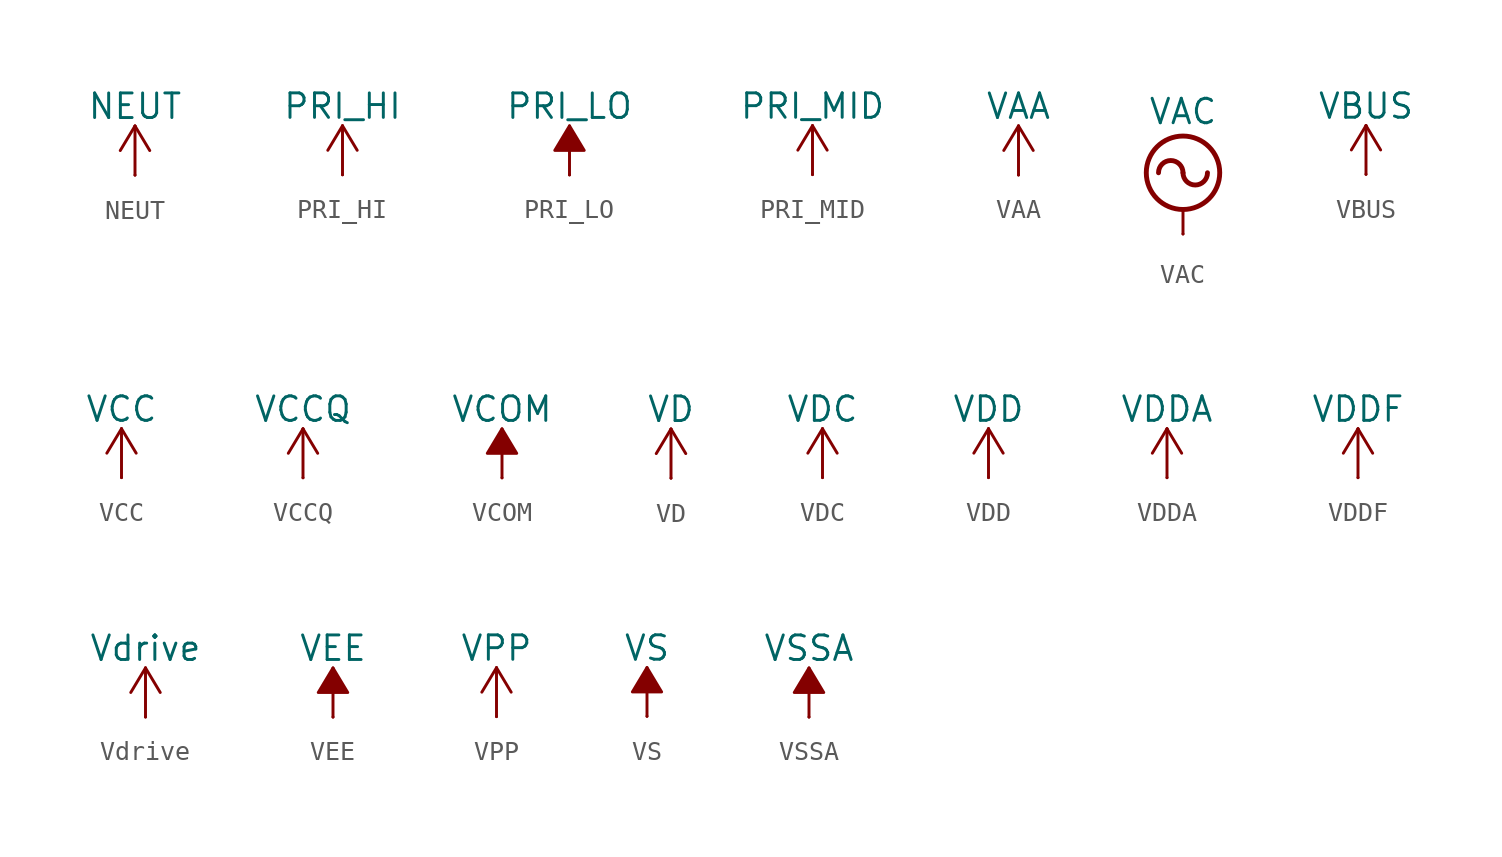
<source format=kicad_sym>
(kicad_symbol_lib
  (version 20231120)
  (generator "kicad_symbol_editor")
  (generator_version "8.0")
  (symbol "NEUT"
    (power)
    (pin_numbers hide)
    (pin_names
      (offset 0) hide)
    (property "Reference" "#PWR"
      (at 0 -3.81 0)
      (effects (font (size 1.27 1.27)) (hide yes)))
    (property "Value" "NEUT"
      (at 0 3.556 0)
      (effects (font (size 1.27 1.27))))
    (symbol "NEUT_0_1"
      (polyline (pts (xy -0.762 1.27) (xy 0 2.54)) (stroke (width 0) (type default)) (fill (type none)))
      (polyline (pts (xy 0 0) (xy 0 2.54)) (stroke (width 0) (type default)) (fill (type none)))
      (polyline (pts (xy 0 2.54) (xy 0.762 1.27)) (stroke (width 0) (type default)) (fill (type none))))
    (symbol "NEUT_1_1"
      (pin power_in line (at 0 0 90) (length 0) (name "~" (effects (font (size 1.27 1.27)))) (number "1" (effects (font (size 1.27 1.27)))))))
  (symbol "PRI_HI"
    (power)
    (pin_numbers hide)
    (pin_names
      (offset 0) hide)
    (property "Reference" "#PWR"
      (at 0 -3.81 0)
      (effects (font (size 1.27 1.27)) (hide yes)))
    (property "Value" "PRI_HI"
      (at 0 3.556 0)
      (effects (font (size 1.27 1.27))))
    (symbol "PRI_HI_0_1"
      (polyline (pts (xy -0.762 1.27) (xy 0 2.54)) (stroke (width 0) (type default)) (fill (type none)))
      (polyline (pts (xy 0 0) (xy 0 2.54)) (stroke (width 0) (type default)) (fill (type none)))
      (polyline (pts (xy 0 2.54) (xy 0.762 1.27)) (stroke (width 0) (type default)) (fill (type none))))
    (symbol "PRI_HI_1_1"
      (pin power_in line (at 0 0 90) (length 0) (name "~" (effects (font (size 1.27 1.27)))) (number "1" (effects (font (size 1.27 1.27)))))))
  (symbol "PRI_LO"
    (power)
    (pin_numbers hide)
    (pin_names
      (offset 0) hide)
    (property "Reference" "#PWR"
      (at 0 -3.81 0)
      (effects (font (size 1.27 1.27)) (hide yes)))
    (property "Value" "PRI_LO"
      (at 0 3.556 0)
      (effects (font (size 1.27 1.27))))
    (symbol "PRI_LO_0_1"
      (polyline (pts (xy 0 0) (xy 0 2.54)) (stroke (width 0) (type default)) (fill (type none)))
      (polyline (pts (xy 0.762 1.27) (xy -0.762 1.27) (xy 0 2.54) (xy 0.762 1.27)) (stroke (width 0) (type default)) (fill (type outline))))
    (symbol "PRI_LO_1_1"
      (pin power_in line (at 0 0 90) (length 0) (name "~" (effects (font (size 1.27 1.27)))) (number "1" (effects (font (size 1.27 1.27)))))))
  (symbol "PRI_MID"
    (power)
    (pin_numbers hide)
    (pin_names
      (offset 0) hide)
    (property "Reference" "#PWR"
      (at 0 -3.81 0)
      (effects (font (size 1.27 1.27)) (hide yes)))
    (property "Value" "PRI_MID"
      (at 0 3.556 0)
      (effects (font (size 1.27 1.27))))
    (symbol "PRI_MID_0_1"
      (polyline (pts (xy -0.762 1.27) (xy 0 2.54)) (stroke (width 0) (type default)) (fill (type none)))
      (polyline (pts (xy 0 0) (xy 0 2.54)) (stroke (width 0) (type default)) (fill (type none)))
      (polyline (pts (xy 0 2.54) (xy 0.762 1.27)) (stroke (width 0) (type default)) (fill (type none))))
    (symbol "PRI_MID_1_1"
      (pin power_in line (at 0 0 90) (length 0) (name "~" (effects (font (size 1.27 1.27)))) (number "1" (effects (font (size 1.27 1.27)))))))
  (symbol "VAA"
    (power)
    (pin_numbers hide)
    (pin_names
      (offset 0) hide)
    (property "Reference" "#PWR"
      (at 0 -3.81 0)
      (effects (font (size 1.27 1.27)) (hide yes)))
    (property "Value" "VAA"
      (at 0 3.556 0)
      (effects (font (size 1.27 1.27))))
    (symbol "VAA_0_1"
      (polyline (pts (xy -0.762 1.27) (xy 0 2.54)) (stroke (width 0) (type default)) (fill (type none)))
      (polyline (pts (xy 0 0) (xy 0 2.54)) (stroke (width 0) (type default)) (fill (type none)))
      (polyline (pts (xy 0 2.54) (xy 0.762 1.27)) (stroke (width 0) (type default)) (fill (type none))))
    (symbol "VAA_1_1"
      (pin power_in line (at 0 0 90) (length 0) (name "~" (effects (font (size 1.27 1.27)))) (number "1" (effects (font (size 1.27 1.27)))))))
  (symbol "VAC"
    (power)
    (pin_numbers hide)
    (pin_names
      (offset 0) hide)
    (property "Reference" "#PWR"
      (at 0 -2.54 0)
      (effects (font (size 1.27 1.27)) (hide yes)))
    (property "Value" "VAC"
      (at 0 6.35 0)
      (effects (font (size 1.27 1.27))))
    (symbol "VAC_0_1"
      (polyline (pts (xy 0 0) (xy 0 1.27)) (stroke (width 0) (type default)) (fill (type none)))
      (arc (start 0 3.175) (mid -0.635 3.8073) (end -1.27 3.175) (stroke (width 0.254) (type default)) (fill (type none)))
      (arc (start 0 3.175) (mid 0.635 2.5427) (end 1.27 3.175) (stroke (width 0.254) (type default)) (fill (type none)))
      (circle (center 0 3.175) (radius 1.905) (stroke (width 0.254) (type default)) (fill (type none))))
    (symbol "VAC_1_1"
      (pin power_in line (at 0 0 90) (length 0) (name "~" (effects (font (size 1.27 1.27)))) (number "1" (effects (font (size 1.27 1.27)))))))
  (symbol "VBUS"
    (power)
    (pin_numbers hide)
    (pin_names
      (offset 0) hide)
    (property "Reference" "#PWR"
      (at 0 -3.81 0)
      (effects (font (size 1.27 1.27)) (hide yes)))
    (property "Value" "VBUS"
      (at 0 3.556 0)
      (effects (font (size 1.27 1.27))))
    (symbol "VBUS_0_1"
      (polyline (pts (xy -0.762 1.27) (xy 0 2.54)) (stroke (width 0) (type default)) (fill (type none)))
      (polyline (pts (xy 0 0) (xy 0 2.54)) (stroke (width 0) (type default)) (fill (type none)))
      (polyline (pts (xy 0 2.54) (xy 0.762 1.27)) (stroke (width 0) (type default)) (fill (type none))))
    (symbol "VBUS_1_1"
      (pin power_in line (at 0 0 90) (length 0) (name "~" (effects (font (size 1.27 1.27)))) (number "1" (effects (font (size 1.27 1.27)))))))
  (symbol "VCC"
    (power)
    (pin_numbers hide)
    (pin_names
      (offset 0) hide)
    (property "Reference" "#PWR"
      (at 0 -3.81 0)
      (effects (font (size 1.27 1.27)) (hide yes)))
    (property "Value" "VCC"
      (at 0 3.556 0)
      (effects (font (size 1.27 1.27))))
    (symbol "VCC_0_1"
      (polyline (pts (xy -0.762 1.27) (xy 0 2.54)) (stroke (width 0) (type default)) (fill (type none)))
      (polyline (pts (xy 0 0) (xy 0 2.54)) (stroke (width 0) (type default)) (fill (type none)))
      (polyline (pts (xy 0 2.54) (xy 0.762 1.27)) (stroke (width 0) (type default)) (fill (type none))))
    (symbol "VCC_1_1"
      (pin power_in line (at 0 0 90) (length 0) (name "~" (effects (font (size 1.27 1.27)))) (number "1" (effects (font (size 1.27 1.27)))))))
  (symbol "VCCQ"
    (power)
    (pin_numbers hide)
    (pin_names
      (offset 0) hide)
    (property "Reference" "#PWR"
      (at 0 -3.81 0)
      (effects (font (size 1.27 1.27)) (hide yes)))
    (property "Value" "VCCQ"
      (at 0 3.556 0)
      (effects (font (size 1.27 1.27))))
    (symbol "VCCQ_0_1"
      (polyline (pts (xy -0.762 1.27) (xy 0 2.54)) (stroke (width 0) (type default)) (fill (type none)))
      (polyline (pts (xy 0 0) (xy 0 2.54)) (stroke (width 0) (type default)) (fill (type none)))
      (polyline (pts (xy 0 2.54) (xy 0.762 1.27)) (stroke (width 0) (type default)) (fill (type none))))
    (symbol "VCCQ_1_1"
      (pin power_in line (at 0 0 90) (length 0) (name "~" (effects (font (size 1.27 1.27)))) (number "1" (effects (font (size 1.27 1.27)))))))
  (symbol "VCOM"
    (power)
    (pin_numbers hide)
    (pin_names
      (offset 0) hide)
    (property "Reference" "#PWR"
      (at 0 -3.81 0)
      (effects (font (size 1.27 1.27)) (hide yes)))
    (property "Value" "VCOM"
      (at 0 3.556 0)
      (effects (font (size 1.27 1.27))))
    (symbol "VCOM_0_1"
      (polyline (pts (xy 0 0) (xy 0 2.54)) (stroke (width 0) (type default)) (fill (type none)))
      (polyline (pts (xy 0.762 1.27) (xy -0.762 1.27) (xy 0 2.54) (xy 0.762 1.27)) (stroke (width 0) (type default)) (fill (type outline))))
    (symbol "VCOM_1_1"
      (pin power_in line (at 0 0 90) (length 0) (name "~" (effects (font (size 1.27 1.27)))) (number "1" (effects (font (size 1.27 1.27)))))))
  (symbol "VD"
    (power)
    (pin_numbers hide)
    (pin_names
      (offset 0) hide)
    (property "Reference" "#PWR"
      (at 0 -3.81 0)
      (effects (font (size 1.27 1.27)) (hide yes)))
    (property "Value" "VD"
      (at 0 3.556 0)
      (effects (font (size 1.27 1.27))))
    (symbol "VD_0_1"
      (polyline (pts (xy -0.762 1.27) (xy 0 2.54)) (stroke (width 0) (type default)) (fill (type none)))
      (polyline (pts (xy 0 0) (xy 0 2.54)) (stroke (width 0) (type default)) (fill (type none)))
      (polyline (pts (xy 0 2.54) (xy 0.762 1.27)) (stroke (width 0) (type default)) (fill (type none))))
    (symbol "VD_1_1"
      (pin power_in line (at 0 0 90) (length 0) (name "~" (effects (font (size 1.27 1.27)))) (number "1" (effects (font (size 1.27 1.27)))))))
  (symbol "VDC"
    (power)
    (pin_numbers hide)
    (pin_names
      (offset 0) hide)
    (property "Reference" "#PWR"
      (at 0 -3.81 0)
      (effects (font (size 1.27 1.27)) (hide yes)))
    (property "Value" "VDC"
      (at 0 3.556 0)
      (effects (font (size 1.27 1.27))))
    (symbol "VDC_0_1"
      (polyline (pts (xy -0.762 1.27) (xy 0 2.54)) (stroke (width 0) (type default)) (fill (type none)))
      (polyline (pts (xy 0 0) (xy 0 2.54)) (stroke (width 0) (type default)) (fill (type none)))
      (polyline (pts (xy 0 2.54) (xy 0.762 1.27)) (stroke (width 0) (type default)) (fill (type none))))
    (symbol "VDC_1_1"
      (pin power_in line (at 0 0 90) (length 0) (name "~" (effects (font (size 1.27 1.27)))) (number "1" (effects (font (size 1.27 1.27)))))))
  (symbol "VDD"
    (power)
    (pin_numbers hide)
    (pin_names
      (offset 0) hide)
    (property "Reference" "#PWR"
      (at 0 -3.81 0)
      (effects (font (size 1.27 1.27)) (hide yes)))
    (property "Value" "VDD"
      (at 0 3.556 0)
      (effects (font (size 1.27 1.27))))
    (symbol "VDD_0_1"
      (polyline (pts (xy -0.762 1.27) (xy 0 2.54)) (stroke (width 0) (type default)) (fill (type none)))
      (polyline (pts (xy 0 0) (xy 0 2.54)) (stroke (width 0) (type default)) (fill (type none)))
      (polyline (pts (xy 0 2.54) (xy 0.762 1.27)) (stroke (width 0) (type default)) (fill (type none))))
    (symbol "VDD_1_1"
      (pin power_in line (at 0 0 90) (length 0) (name "~" (effects (font (size 1.27 1.27)))) (number "1" (effects (font (size 1.27 1.27)))))))
  (symbol "VDDA"
    (power)
    (pin_numbers hide)
    (pin_names
      (offset 0) hide)
    (property "Reference" "#PWR"
      (at 0 -3.81 0)
      (effects (font (size 1.27 1.27)) (hide yes)))
    (property "Value" "VDDA"
      (at 0 3.556 0)
      (effects (font (size 1.27 1.27))))
    (symbol "VDDA_0_1"
      (polyline (pts (xy -0.762 1.27) (xy 0 2.54)) (stroke (width 0) (type default)) (fill (type none)))
      (polyline (pts (xy 0 0) (xy 0 2.54)) (stroke (width 0) (type default)) (fill (type none)))
      (polyline (pts (xy 0 2.54) (xy 0.762 1.27)) (stroke (width 0) (type default)) (fill (type none))))
    (symbol "VDDA_1_1"
      (pin power_in line (at 0 0 90) (length 0) (name "~" (effects (font (size 1.27 1.27)))) (number "1" (effects (font (size 1.27 1.27)))))))
  (symbol "VDDF"
    (power)
    (pin_numbers hide)
    (pin_names
      (offset 0) hide)
    (property "Reference" "#PWR"
      (at 0 -3.81 0)
      (effects (font (size 1.27 1.27)) (hide yes)))
    (property "Value" "VDDF"
      (at 0 3.556 0)
      (effects (font (size 1.27 1.27))))
    (symbol "VDDF_0_1"
      (polyline (pts (xy -0.762 1.27) (xy 0 2.54)) (stroke (width 0) (type default)) (fill (type none)))
      (polyline (pts (xy 0 0) (xy 0 2.54)) (stroke (width 0) (type default)) (fill (type none)))
      (polyline (pts (xy 0 2.54) (xy 0.762 1.27)) (stroke (width 0) (type default)) (fill (type none))))
    (symbol "VDDF_1_1"
      (pin power_in line (at 0 0 90) (length 0) (name "~" (effects (font (size 1.27 1.27)))) (number "1" (effects (font (size 1.27 1.27)))))))
  (symbol "Vdrive"
    (power)
    (pin_numbers hide)
    (pin_names
      (offset 0) hide)
    (property "Reference" "#PWR"
      (at 0 -3.81 0)
      (effects (font (size 1.27 1.27)) (hide yes)))
    (property "Value" "Vdrive"
      (at 0 3.556 0)
      (effects (font (size 1.27 1.27))))
    (symbol "Vdrive_0_1"
      (polyline (pts (xy -0.762 1.27) (xy 0 2.54)) (stroke (width 0) (type default)) (fill (type none)))
      (polyline (pts (xy 0 0) (xy 0 2.54)) (stroke (width 0) (type default)) (fill (type none)))
      (polyline (pts (xy 0 2.54) (xy 0.762 1.27)) (stroke (width 0) (type default)) (fill (type none))))
    (symbol "Vdrive_1_1"
      (pin power_in line (at 0 0 90) (length 0) (name "~" (effects (font (size 1.27 1.27)))) (number "1" (effects (font (size 1.27 1.27)))))))
  (symbol "VEE"
    (power)
    (pin_numbers hide)
    (pin_names
      (offset 0) hide)
    (property "Reference" "#PWR"
      (at 0 -3.81 0)
      (effects (font (size 1.27 1.27)) (hide yes)))
    (property "Value" "VEE"
      (at 0 3.556 0)
      (effects (font (size 1.27 1.27))))
    (symbol "VEE_0_1"
      (polyline (pts (xy 0 0) (xy 0 2.54)) (stroke (width 0) (type default)) (fill (type none)))
      (polyline (pts (xy 0.762 1.27) (xy -0.762 1.27) (xy 0 2.54) (xy 0.762 1.27)) (stroke (width 0) (type default)) (fill (type outline))))
    (symbol "VEE_1_1"
      (pin power_in line (at 0 0 90) (length 0) (name "~" (effects (font (size 1.27 1.27)))) (number "1" (effects (font (size 1.27 1.27)))))))
  (symbol "VPP"
    (power)
    (pin_numbers hide)
    (pin_names
      (offset 0) hide)
    (property "Reference" "#PWR"
      (at 0 -3.81 0)
      (effects (font (size 1.27 1.27)) (hide yes)))
    (property "Value" "VPP"
      (at 0 3.556 0)
      (effects (font (size 1.27 1.27))))
    (symbol "VPP_0_1"
      (polyline (pts (xy -0.762 1.27) (xy 0 2.54)) (stroke (width 0) (type default)) (fill (type none)))
      (polyline (pts (xy 0 0) (xy 0 2.54)) (stroke (width 0) (type default)) (fill (type none)))
      (polyline (pts (xy 0 2.54) (xy 0.762 1.27)) (stroke (width 0) (type default)) (fill (type none))))
    (symbol "VPP_1_1"
      (pin power_in line (at 0 0 90) (length 0) (name "~" (effects (font (size 1.27 1.27)))) (number "1" (effects (font (size 1.27 1.27)))))))
  (symbol "VS"
    (power)
    (pin_numbers hide)
    (pin_names
      (offset 0) hide)
    (property "Reference" "#PWR"
      (at 0 -3.81 0)
      (effects (font (size 1.27 1.27)) (hide yes)))
    (property "Value" "VS"
      (at 0 3.556 0)
      (effects (font (size 1.27 1.27))))
    (symbol "VS_0_1"
      (polyline (pts (xy 0 0) (xy 0 2.54)) (stroke (width 0) (type default)) (fill (type none)))
      (polyline (pts (xy 0.762 1.27) (xy -0.762 1.27) (xy 0 2.54) (xy 0.762 1.27)) (stroke (width 0) (type default)) (fill (type outline))))
    (symbol "VS_1_1"
      (pin power_in line (at 0 0 90) (length 0) (name "~" (effects (font (size 1.27 1.27)))) (number "1" (effects (font (size 1.27 1.27)))))))
  (symbol "VSSA"
    (power)
    (pin_numbers hide)
    (pin_names
      (offset 0) hide)
    (property "Reference" "#PWR"
      (at 0 -3.81 0)
      (effects (font (size 1.27 1.27)) (hide yes)))
    (property "Value" "VSSA"
      (at 0 3.556 0)
      (effects (font (size 1.27 1.27))))
    (symbol "VSSA_0_1"
      (polyline (pts (xy 0 0) (xy 0 2.54)) (stroke (width 0) (type default)) (fill (type none)))
      (polyline (pts (xy 0.762 1.27) (xy -0.762 1.27) (xy 0 2.54) (xy 0.762 1.27)) (stroke (width 0) (type default)) (fill (type outline))))
    (symbol "VSSA_1_1"
      (pin power_in line (at 0 0 90) (length 0) (name "~" (effects (font (size 1.27 1.27)))) (number "1" (effects (font (size 1.27 1.27))))))))
</source>
